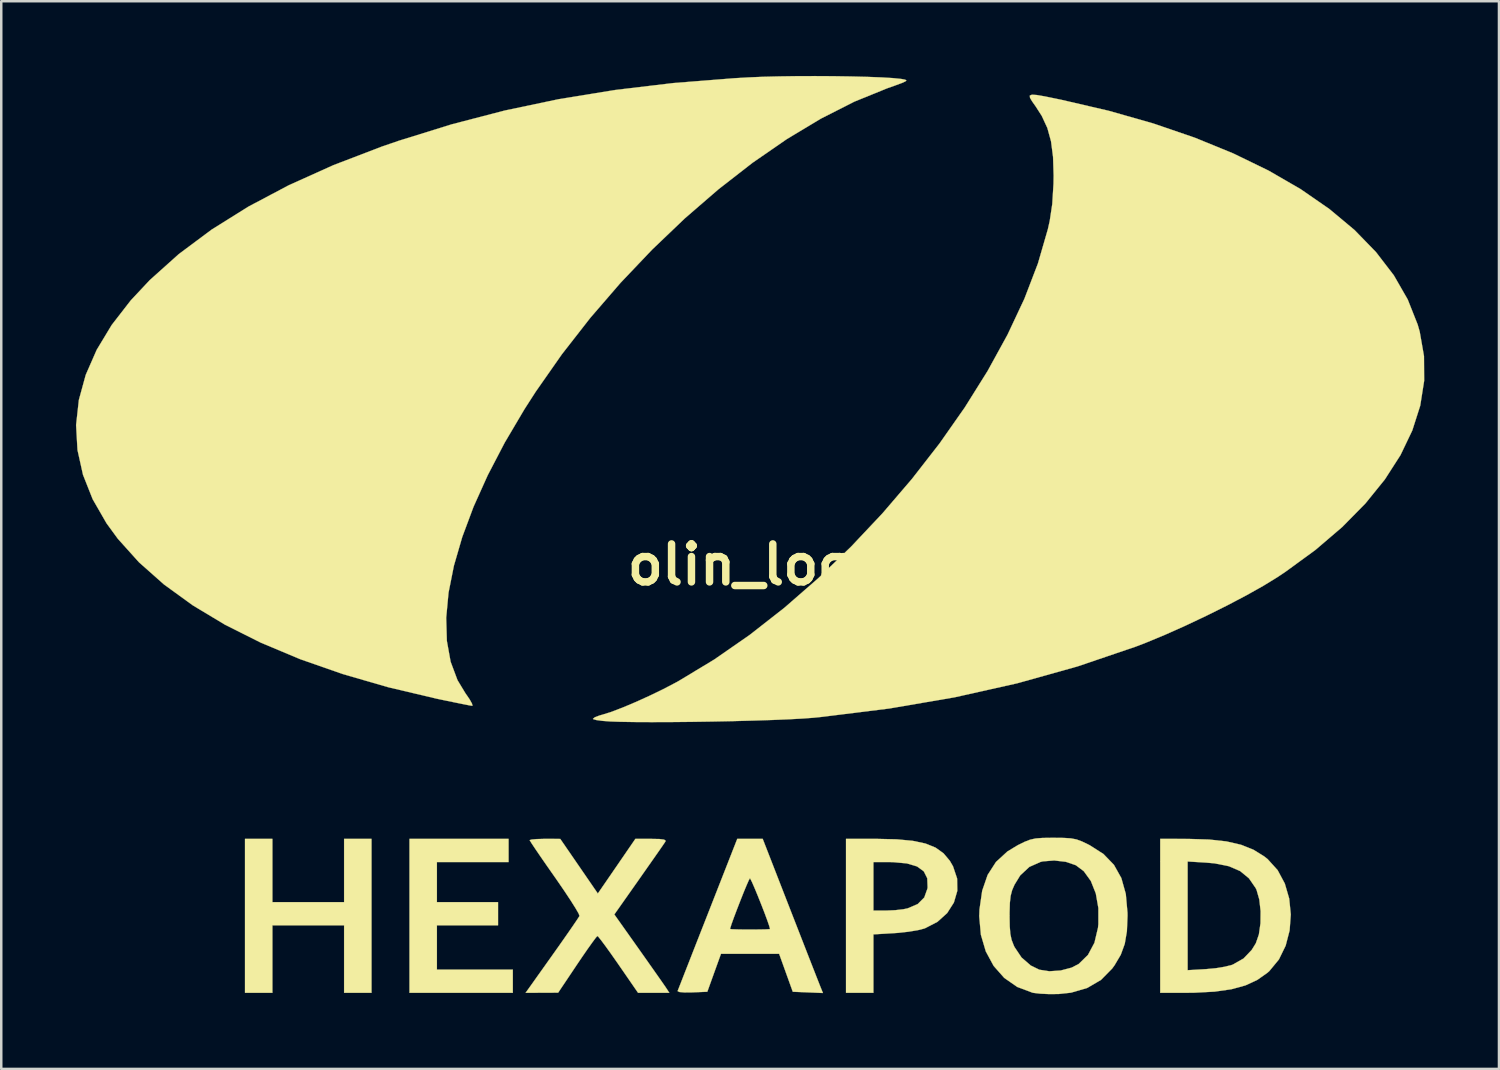
<source format=kicad_pcb>
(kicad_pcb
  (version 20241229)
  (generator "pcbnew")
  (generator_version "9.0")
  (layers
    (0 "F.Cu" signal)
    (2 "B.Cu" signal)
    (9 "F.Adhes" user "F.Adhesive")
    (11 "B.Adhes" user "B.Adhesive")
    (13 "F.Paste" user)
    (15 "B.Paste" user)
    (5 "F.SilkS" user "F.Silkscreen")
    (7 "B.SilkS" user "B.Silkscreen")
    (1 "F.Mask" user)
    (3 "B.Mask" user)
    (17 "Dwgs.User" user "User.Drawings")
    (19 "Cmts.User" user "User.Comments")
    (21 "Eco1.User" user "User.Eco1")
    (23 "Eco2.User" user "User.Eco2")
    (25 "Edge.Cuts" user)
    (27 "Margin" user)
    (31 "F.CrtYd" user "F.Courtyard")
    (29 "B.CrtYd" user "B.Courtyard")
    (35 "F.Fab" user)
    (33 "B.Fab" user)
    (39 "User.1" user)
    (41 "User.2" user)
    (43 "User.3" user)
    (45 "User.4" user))
  (footprint "olin_logo"
    (layer "F.Cu")
    (at 27.36 19.623)
    (property "Reference" "olin_logo" (at 0 0 0) (layer "F.SilkS") (effects (font (size 1.524 1.524) (thickness 0.3))))
    (attr through_hole)
    (fp_poly (pts (xy -19.473 13.547) (xy -16.595 13.547) (xy -16.595 11.007) (xy -15.494 11.007) (xy -15.494 17.187) (xy -16.595 17.187) (xy -16.595 14.478) (xy -19.473 14.478) (xy -19.473 17.187) (xy -20.574 17.187) (xy -20.574 11.007) (xy -19.473 11.007) (xy -19.473 13.547)) (stroke (width 0.01) (type solid)) (fill yes) (layer "F.SilkS"))
    (fp_poly (pts (xy -9.991 11.938) (xy -12.869 11.938) (xy -12.869 13.547) (xy -10.414 13.547) (xy -10.414 14.478) (xy -12.869 14.478) (xy -12.869 16.256) (xy -9.821 16.256) (xy -9.821 17.187) (xy -13.97 17.187) (xy -13.97 11.007) (xy -9.991 11.007) (xy -9.991 11.938)) (stroke (width 0.01) (type solid)) (fill yes) (layer "F.SilkS"))
    (fp_poly (pts (xy 5.594 11.025) (xy 6.234 11.085) (xy 6.748 11.194) (xy 7.154 11.359) (xy 7.472 11.587) (xy 7.723 11.885) (xy 7.853 12.109) (xy 8.017 12.599) (xy 8.025 13.092) (xy 7.888 13.562) (xy 7.618 13.986) (xy 7.226 14.339) (xy 6.723 14.598) (xy 6.693 14.608) (xy 6.434 14.674) (xy 6.068 14.734) (xy 5.658 14.78) (xy 5.482 14.792) (xy 4.657 14.841) (xy 4.657 17.187) (xy 3.556 17.187) (xy 3.556 13.885) (xy 4.657 13.885) (xy 5.186 13.885) (xy 5.53 13.87) (xy 5.859 13.832) (xy 6.032 13.796) (xy 6.436 13.623) (xy 6.698 13.361) (xy 6.825 13.004) (xy 6.832 12.951) (xy 6.818 12.588) (xy 6.679 12.311) (xy 6.409 12.114) (xy 5.999 11.992) (xy 5.442 11.941) (xy 5.271 11.938) (xy 4.657 11.938) (xy 4.657 13.885) (xy 3.556 13.885) (xy 3.556 11.007) (xy 4.808 11.007) (xy 5.594 11.025)) (stroke (width 0.01) (type solid)) (fill yes) (layer "F.SilkS"))
    (fp_poly (pts (xy 17.293 11.008) (xy 18.132 11.033) (xy 18.832 11.109) (xy 19.418 11.244) (xy 19.914 11.442) (xy 20.346 11.71) (xy 20.486 11.821) (xy 20.886 12.263) (xy 21.174 12.801) (xy 21.35 13.404) (xy 21.414 14.041) (xy 21.367 14.682) (xy 21.208 15.294) (xy 20.937 15.848) (xy 20.555 16.312) (xy 20.476 16.382) (xy 20.067 16.671) (xy 19.592 16.89) (xy 19.029 17.044) (xy 18.357 17.14) (xy 17.552 17.183) (xy 17.209 17.187) (xy 16.171 17.187) (xy 16.171 16.279) (xy 17.272 16.279) (xy 18.013 16.236) (xy 18.399 16.2) (xy 18.764 16.14) (xy 19.042 16.07) (xy 19.091 16.051) (xy 19.518 15.808) (xy 19.845 15.465) (xy 20.01 15.198) (xy 20.133 14.845) (xy 20.197 14.394) (xy 20.202 13.905) (xy 20.149 13.439) (xy 20.039 13.055) (xy 20.004 12.983) (xy 19.733 12.59) (xy 19.382 12.301) (xy 18.929 12.105) (xy 18.353 11.99) (xy 18.013 11.96) (xy 17.272 11.915) (xy 17.272 16.279) (xy 16.171 16.279) (xy 16.171 11.007) (xy 17.293 11.008)) (stroke (width 0.01) (type solid)) (fill yes) (layer "F.SilkS"))
    (fp_poly (pts (xy 0.212 11.007) (xy 1.308 13.822) (xy 1.567 14.486) (xy 1.81 15.109) (xy 2.03 15.673) (xy 2.219 16.156) (xy 2.369 16.539) (xy 2.472 16.801) (xy 2.517 16.916) (xy 2.63 17.195) (xy 2.025 17.17) (xy 1.419 17.145) (xy 1.145 16.383) (xy 0.871 15.621) (xy -1.463 15.621) (xy -1.738 16.383) (xy -2.012 17.145) (xy -2.623 17.17) (xy -2.928 17.173) (xy -3.133 17.155) (xy -3.205 17.119) (xy -3.205 17.117) (xy -3.168 17.023) (xy -3.076 16.789) (xy -2.937 16.432) (xy -2.756 15.971) (xy -2.542 15.423) (xy -2.3 14.806) (xy -2.229 14.626) (xy -1.099 14.626) (xy -1.021 14.635) (xy -0.811 14.642) (xy -0.504 14.647) (xy -0.296 14.647) (xy 0.049 14.645) (xy 0.32 14.64) (xy 0.479 14.632) (xy 0.506 14.626) (xy 0.473 14.502) (xy 0.393 14.27) (xy 0.28 13.965) (xy 0.147 13.623) (xy 0.01 13.281) (xy -0.118 12.972) (xy -0.222 12.735) (xy -0.288 12.604) (xy -0.302 12.589) (xy -0.346 12.666) (xy -0.434 12.866) (xy -0.553 13.152) (xy -0.686 13.488) (xy -0.821 13.836) (xy -0.944 14.161) (xy -1.039 14.425) (xy -1.092 14.593) (xy -1.099 14.626) (xy -2.229 14.626) (xy -2.037 14.137) (xy -1.992 14.022) (xy -0.81 11.007) (xy 0.212 11.007)) (stroke (width 0.01) (type solid)) (fill yes) (layer "F.SilkS"))
    (fp_poly (pts (xy -3.934 11.013) (xy -3.748 11.036) (xy -3.685 11.08) (xy -3.694 11.113) (xy -3.76 11.211) (xy -3.908 11.426) (xy -4.123 11.734) (xy -4.388 12.112) (xy -4.687 12.538) (xy -4.751 12.63) (xy -5.745 14.041) (xy -4.766 15.423) (xy -4.458 15.859) (xy -4.177 16.258) (xy -3.94 16.595) (xy -3.764 16.847) (xy -3.667 16.988) (xy -3.662 16.997) (xy -3.537 17.187) (xy -4.793 17.187) (xy -5.582 16.044) (xy -5.849 15.662) (xy -6.083 15.335) (xy -6.269 15.085) (xy -6.389 14.936) (xy -6.424 14.905) (xy -6.486 14.972) (xy -6.625 15.158) (xy -6.824 15.437) (xy -7.065 15.787) (xy -7.239 16.045) (xy -8.001 17.182) (xy -8.654 17.185) (xy -9.307 17.187) (xy -8.244 15.692) (xy -7.929 15.247) (xy -7.648 14.846) (xy -7.416 14.511) (xy -7.246 14.261) (xy -7.155 14.12) (xy -7.144 14.1) (xy -7.179 14.004) (xy -7.3 13.794) (xy -7.492 13.489) (xy -7.741 13.113) (xy -8.033 12.687) (xy -8.125 12.555) (xy -8.429 12.121) (xy -8.697 11.734) (xy -8.914 11.416) (xy -9.067 11.186) (xy -9.14 11.068) (xy -9.144 11.057) (xy -9.066 11.033) (xy -8.862 11.015) (xy -8.572 11.007) (xy -8.53 11.007) (xy -7.916 11.008) (xy -7.162 12.104) (xy -6.408 13.201) (xy -5.654 12.104) (xy -4.901 11.007) (xy -4.266 11.007) (xy -3.934 11.013)) (stroke (width 0.01) (type solid)) (fill yes) (layer "F.SilkS"))
    (fp_poly (pts (xy 12.298 10.968) (xy 12.585 10.986) (xy 12.811 11.029) (xy 13.03 11.11) (xy 13.295 11.238) (xy 13.34 11.261) (xy 13.893 11.614) (xy 14.314 12.05) (xy 14.611 12.581) (xy 14.79 13.219) (xy 14.858 13.978) (xy 14.859 14.097) (xy 14.834 14.717) (xy 14.748 15.221) (xy 14.589 15.658) (xy 14.342 16.076) (xy 14.242 16.214) (xy 13.795 16.668) (xy 13.242 16.992) (xy 12.589 17.182) (xy 12.098 17.235) (xy 11.716 17.239) (xy 11.353 17.222) (xy 11.077 17.189) (xy 11.041 17.181) (xy 10.431 16.952) (xy 9.909 16.589) (xy 9.484 16.108) (xy 9.169 15.526) (xy 8.972 14.859) (xy 8.905 14.124) (xy 8.906 14.097) (xy 10.123 14.097) (xy 10.13 14.519) (xy 10.154 14.823) (xy 10.204 15.059) (xy 10.288 15.277) (xy 10.322 15.35) (xy 10.604 15.77) (xy 10.976 16.093) (xy 11.319 16.26) (xy 11.721 16.322) (xy 12.177 16.291) (xy 12.611 16.177) (xy 12.899 16.029) (xy 13.271 15.665) (xy 13.53 15.179) (xy 13.673 14.576) (xy 13.688 14.43) (xy 13.688 13.784) (xy 13.585 13.198) (xy 13.386 12.697) (xy 13.102 12.304) (xy 12.782 12.064) (xy 12.383 11.928) (xy 11.915 11.874) (xy 11.462 11.91) (xy 11.37 11.931) (xy 10.916 12.133) (xy 10.551 12.473) (xy 10.321 12.848) (xy 10.225 13.07) (xy 10.166 13.295) (xy 10.135 13.574) (xy 10.124 13.956) (xy 10.123 14.097) (xy 8.906 14.097) (xy 8.915 13.843) (xy 9.024 13.088) (xy 9.242 12.455) (xy 9.577 11.934) (xy 10.036 11.512) (xy 10.451 11.261) (xy 10.727 11.125) (xy 10.949 11.039) (xy 11.171 10.99) (xy 11.446 10.969) (xy 11.828 10.964) (xy 11.896 10.964) (xy 12.298 10.968)) (stroke (width 0.01) (type solid)) (fill yes) (layer "F.SilkS"))
    (fp_poly (pts (xy 3.049 -19.614) (xy 3.756 -19.603) (xy 4.408 -19.587) (xy 4.978 -19.565) (xy 5.438 -19.538) (xy 5.76 -19.505) (xy 5.79 -19.501) (xy 5.925 -19.476) (xy 5.982 -19.448) (xy 5.945 -19.407) (xy 5.796 -19.34) (xy 5.518 -19.237) (xy 5.198 -19.124) (xy 3.888 -18.591) (xy 2.544 -17.908) (xy 1.178 -17.087) (xy -0.195 -16.139) (xy -1.563 -15.075) (xy -2.912 -13.909) (xy -4.229 -12.651) (xy -5.499 -11.315) (xy -6.711 -9.911) (xy -7.85 -8.451) (xy -8.902 -6.947) (xy -9.352 -6.247) (xy -10.148 -4.9) (xy -10.83 -3.59) (xy -11.399 -2.325) (xy -11.851 -1.114) (xy -12.186 0.038) (xy -12.402 1.122) (xy -12.496 2.131) (xy -12.469 3.058) (xy -12.318 3.895) (xy -12.042 4.634) (xy -11.726 5.157) (xy -11.559 5.399) (xy -11.459 5.578) (xy -11.442 5.662) (xy -11.451 5.665) (xy -11.567 5.646) (xy -11.817 5.597) (xy -12.171 5.525) (xy -12.598 5.437) (xy -12.869 5.38) (xy -14.824 4.918) (xy -16.656 4.387) (xy -18.362 3.791) (xy -19.937 3.13) (xy -21.376 2.409) (xy -22.674 1.628) (xy -23.827 0.792) (xy -24.83 -0.098) (xy -25.677 -1.04) (xy -26.133 -1.664) (xy -26.689 -2.63) (xy -27.078 -3.612) (xy -27.299 -4.606) (xy -27.355 -5.608) (xy -27.244 -6.614) (xy -26.968 -7.622) (xy -26.528 -8.627) (xy -25.925 -9.626) (xy -25.158 -10.615) (xy -24.394 -11.43) (xy -23.231 -12.472) (xy -21.914 -13.454) (xy -20.441 -14.375) (xy -18.813 -15.237) (xy -17.027 -16.041) (xy -15.084 -16.786) (xy -14.393 -17.023) (xy -12.28 -17.68) (xy -10.146 -18.235) (xy -7.969 -18.693) (xy -5.722 -19.059) (xy -3.38 -19.338) (xy -0.918 -19.533) (xy -0.339 -19.566) (xy 0.227 -19.59) (xy 0.876 -19.606) (xy 1.581 -19.616) (xy 2.314 -19.618) (xy 3.049 -19.614)) (stroke (width 0.01) (type solid)) (fill yes) (layer "F.SilkS"))
    (fp_poly (pts (xy 11.212 -18.859) (xy 11.533 -18.804) (xy 11.996 -18.709) (xy 12.212 -18.664) (xy 14.108 -18.224) (xy 15.892 -17.716) (xy 17.559 -17.145) (xy 19.104 -16.513) (xy 20.523 -15.823) (xy 21.81 -15.079) (xy 22.961 -14.283) (xy 23.972 -13.439) (xy 24.836 -12.55) (xy 25.551 -11.619) (xy 26.109 -10.648) (xy 26.508 -9.642) (xy 26.59 -9.356) (xy 26.762 -8.374) (xy 26.768 -7.384) (xy 26.611 -6.388) (xy 26.293 -5.393) (xy 25.819 -4.403) (xy 25.19 -3.424) (xy 24.409 -2.459) (xy 23.479 -1.515) (xy 22.404 -0.595) (xy 21.185 0.294) (xy 20.87 0.504) (xy 20.309 0.848) (xy 19.624 1.232) (xy 18.852 1.638) (xy 18.027 2.048) (xy 17.186 2.446) (xy 16.364 2.813) (xy 15.598 3.131) (xy 15.198 3.285) (xy 12.854 4.082) (xy 10.431 4.76) (xy 7.917 5.323) (xy 5.298 5.772) (xy 2.562 6.112) (xy 2.244 6.144) (xy 1.829 6.175) (xy 1.272 6.205) (xy 0.602 6.233) (xy -0.154 6.257) (xy -0.969 6.279) (xy -1.813 6.296) (xy -2.661 6.309) (xy -3.483 6.317) (xy -4.253 6.319) (xy -4.942 6.316) (xy -5.523 6.306) (xy -5.905 6.293) (xy -6.225 6.269) (xy -6.468 6.236) (xy -6.595 6.199) (xy -6.604 6.187) (xy -6.53 6.126) (xy -6.342 6.054) (xy -6.225 6.021) (xy -5.876 5.912) (xy -5.418 5.737) (xy -4.889 5.514) (xy -4.328 5.26) (xy -3.774 4.992) (xy -3.266 4.726) (xy -3.175 4.676) (xy -1.736 3.807) (xy -0.312 2.819) (xy 1.086 1.725) (xy 2.447 0.538) (xy 3.762 -0.728) (xy 5.017 -2.06) (xy 6.204 -3.445) (xy 7.311 -4.868) (xy 8.326 -6.316) (xy 9.24 -7.777) (xy 10.041 -9.236) (xy 10.719 -10.679) (xy 11.262 -12.095) (xy 11.66 -13.468) (xy 11.735 -13.801) (xy 11.837 -14.479) (xy 11.887 -15.297) (xy 11.892 -15.621) (xy 11.869 -16.372) (xy 11.788 -16.998) (xy 11.64 -17.535) (xy 11.415 -18.021) (xy 11.174 -18.397) (xy 11.029 -18.602) (xy 10.944 -18.746) (xy 10.935 -18.835) (xy 11.019 -18.871) (xy 11.212 -18.859)) (stroke (width 0.01) (type solid)) (fill yes) (layer "F.SilkS")))
  (gr_rect
    (start -3 -3)
    (end 57.132 39.867)
    (stroke (width 0.1) (type default))
    (fill no)
    (layer "Edge.Cuts")))
</source>
